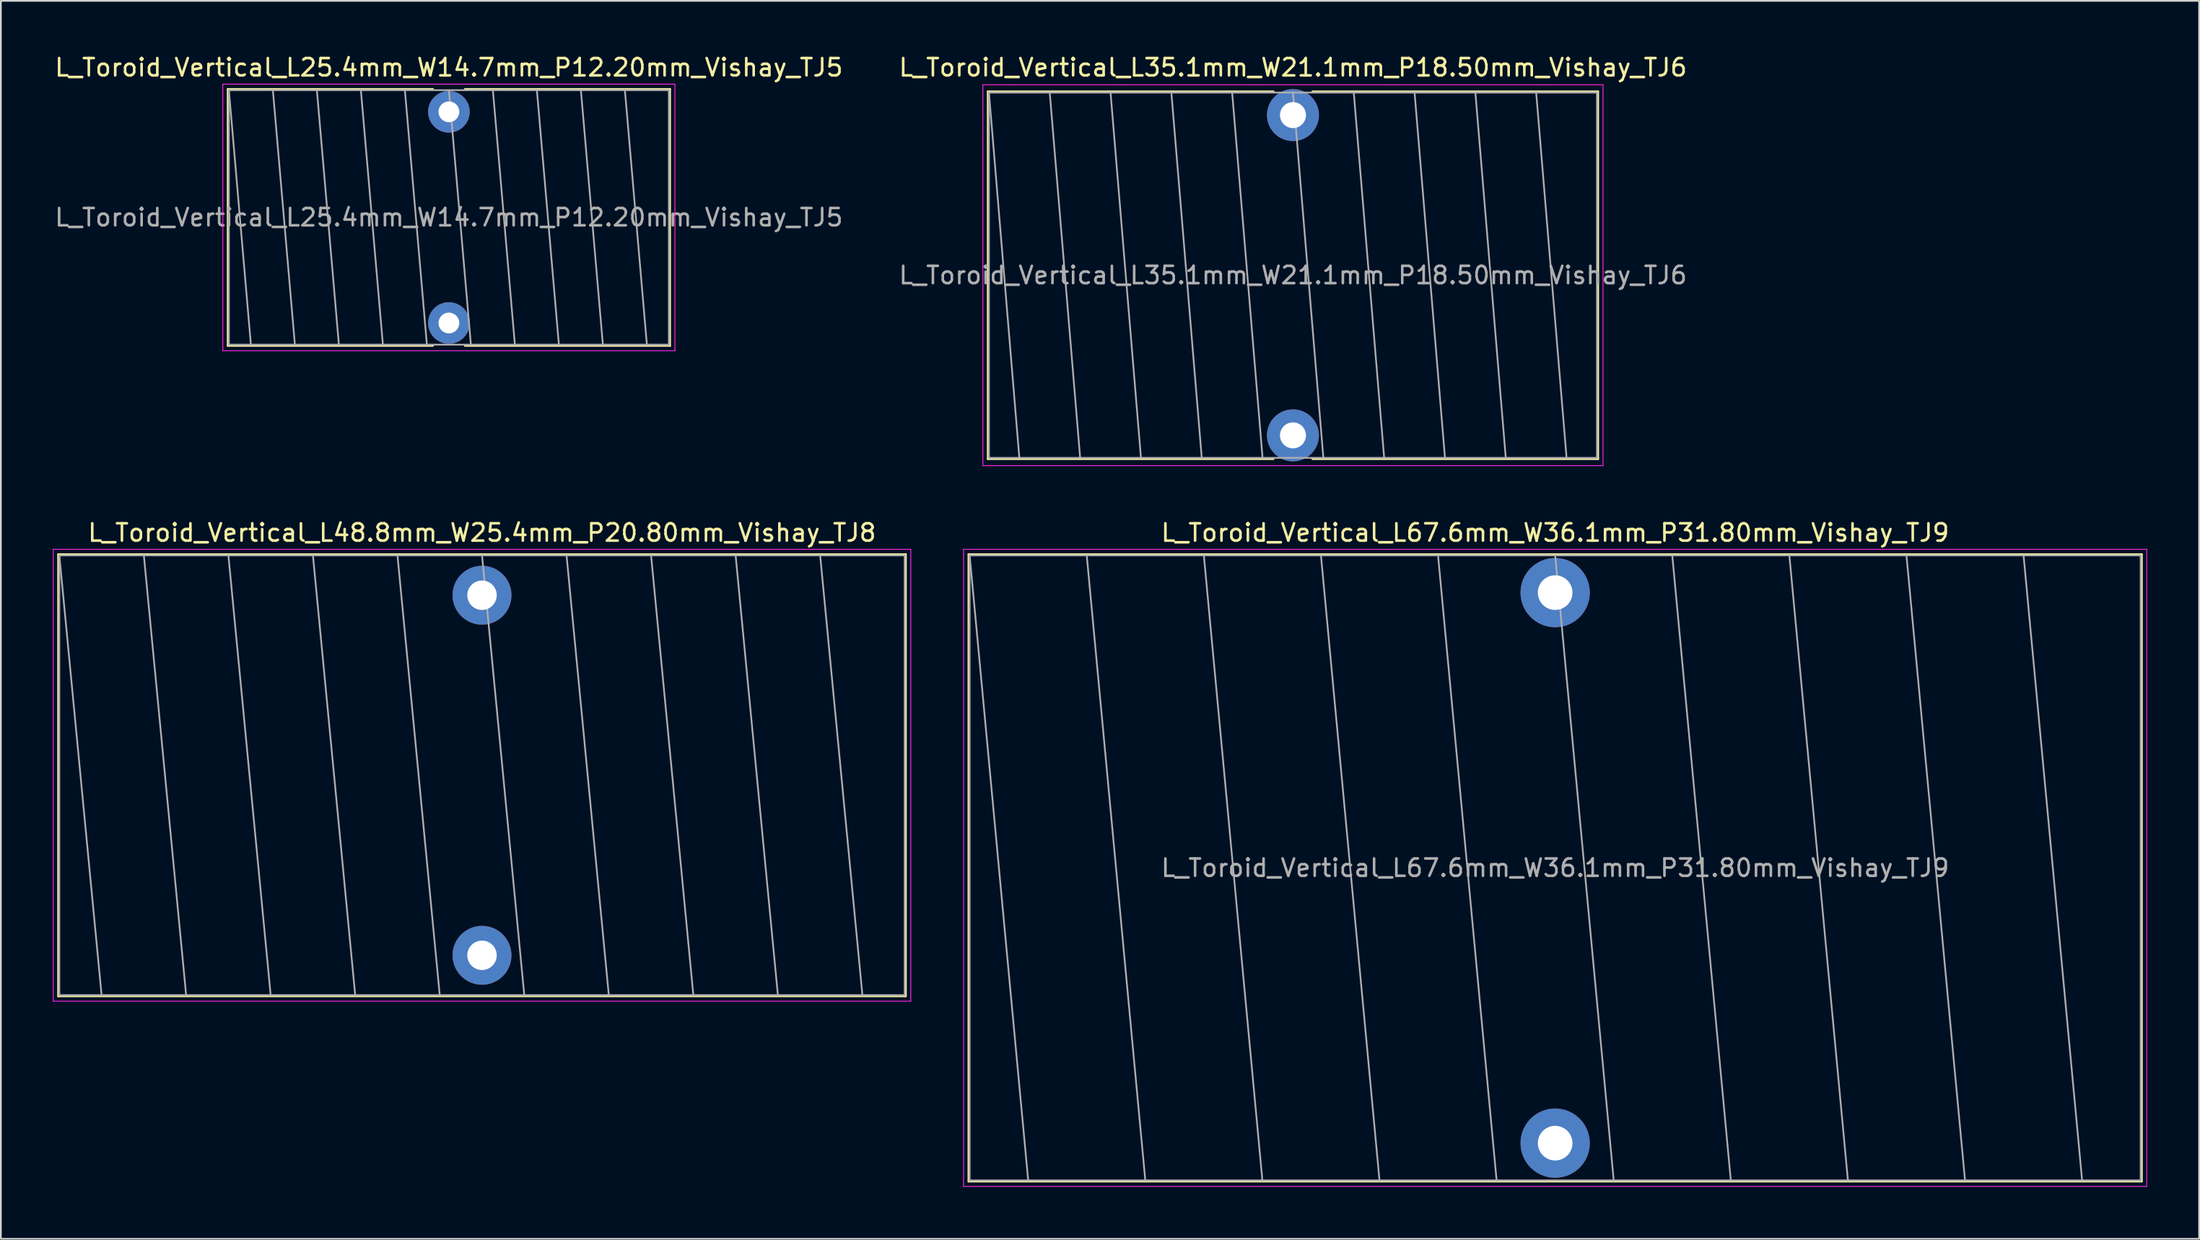
<source format=kicad_pcb>
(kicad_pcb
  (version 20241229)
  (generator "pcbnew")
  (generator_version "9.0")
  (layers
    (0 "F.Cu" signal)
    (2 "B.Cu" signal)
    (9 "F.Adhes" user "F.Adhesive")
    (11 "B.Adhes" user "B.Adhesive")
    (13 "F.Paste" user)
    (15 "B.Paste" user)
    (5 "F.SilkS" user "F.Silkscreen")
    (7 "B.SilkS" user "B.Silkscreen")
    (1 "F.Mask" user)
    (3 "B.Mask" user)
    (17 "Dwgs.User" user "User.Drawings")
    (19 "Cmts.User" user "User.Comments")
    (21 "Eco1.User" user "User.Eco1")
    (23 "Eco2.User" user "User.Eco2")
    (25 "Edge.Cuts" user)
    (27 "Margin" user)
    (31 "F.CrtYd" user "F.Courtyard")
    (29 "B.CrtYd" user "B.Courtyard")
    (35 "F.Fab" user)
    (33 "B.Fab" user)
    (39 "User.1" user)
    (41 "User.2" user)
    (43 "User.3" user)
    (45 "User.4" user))
  (footprint "L_Toroid_Vertical_L35.1mm_W21.1mm_P18.50mm_Vishay_TJ6"
    (layer "F.Cu")
    (at 71.589 3.598)
    (property "Reference" "L_Toroid_Vertical_L35.1mm_W21.1mm_P18.50mm_Vishay_TJ6" (at 0 -2.75 0) (layer "F.SilkS") (effects (font (size 1 1) (thickness 0.15))))
    (attr through_hole)
    (fp_line (start -17.61 -1.361) (end -17.61 19.861) (stroke (width 0.12) (type solid)) (layer "F.SilkS"))
    (fp_line (start -17.61 -1.361) (end -1.127 -1.361) (stroke (width 0.12) (type solid)) (layer "F.SilkS"))
    (fp_line (start -17.61 19.861) (end -1.127 19.861) (stroke (width 0.12) (type solid)) (layer "F.SilkS"))
    (fp_line (start 1.127 -1.361) (end 17.61 -1.361) (stroke (width 0.12) (type solid)) (layer "F.SilkS"))
    (fp_line (start 1.127 19.861) (end 17.61 19.861) (stroke (width 0.12) (type solid)) (layer "F.SilkS"))
    (fp_line (start 17.61 -1.361) (end 17.61 19.861) (stroke (width 0.12) (type solid)) (layer "F.SilkS"))
    (fp_line (start -17.9 -1.75) (end -17.9 20.25) (stroke (width 0.05) (type solid)) (layer "F.CrtYd"))
    (fp_line (start -17.9 20.25) (end 17.9 20.25) (stroke (width 0.05) (type solid)) (layer "F.CrtYd"))
    (fp_line (start 17.9 -1.75) (end -17.9 -1.75) (stroke (width 0.05) (type solid)) (layer "F.CrtYd"))
    (fp_line (start 17.9 20.25) (end 17.9 -1.75) (stroke (width 0.05) (type solid)) (layer "F.CrtYd"))
    (fp_line (start -17.55 -1.3) (end -17.55 19.8) (stroke (width 0.1) (type solid)) (layer "F.Fab"))
    (fp_line (start -17.55 -1.3) (end -15.795 19.8) (stroke (width 0.1) (type solid)) (layer "F.Fab"))
    (fp_line (start -17.55 19.8) (end 17.55 19.8) (stroke (width 0.1) (type solid)) (layer "F.Fab"))
    (fp_line (start -14.04 -1.3) (end -12.285 19.8) (stroke (width 0.1) (type solid)) (layer "F.Fab"))
    (fp_line (start -10.53 -1.3) (end -8.775 19.8) (stroke (width 0.1) (type solid)) (layer "F.Fab"))
    (fp_line (start -7.02 -1.3) (end -5.265 19.8) (stroke (width 0.1) (type solid)) (layer "F.Fab"))
    (fp_line (start -3.51 -1.3) (end -1.755 19.8) (stroke (width 0.1) (type solid)) (layer "F.Fab"))
    (fp_line (start 0 -1.3) (end 1.755 19.8) (stroke (width 0.1) (type solid)) (layer "F.Fab"))
    (fp_line (start 3.51 -1.3) (end 5.265 19.8) (stroke (width 0.1) (type solid)) (layer "F.Fab"))
    (fp_line (start 7.02 -1.3) (end 8.775 19.8) (stroke (width 0.1) (type solid)) (layer "F.Fab"))
    (fp_line (start 10.53 -1.3) (end 12.285 19.8) (stroke (width 0.1) (type solid)) (layer "F.Fab"))
    (fp_line (start 14.04 -1.3) (end 15.795 19.8) (stroke (width 0.1) (type solid)) (layer "F.Fab"))
    (fp_line (start 17.55 -1.3) (end -17.55 -1.3) (stroke (width 0.1) (type solid)) (layer "F.Fab"))
    (fp_line (start 17.55 19.8) (end 17.55 -1.3) (stroke (width 0.1) (type solid)) (layer "F.Fab"))
    (fp_text user "${REFERENCE}" (at 0 9.25 0) (layer "F.Fab") (effects (font (size 1 1) (thickness 0.15))))
    (pad "1" thru_hole circle (at 0 0) (size 3 3) (drill 1.5) (layers "*.Cu" "*.Mask"))
    (pad "2" thru_hole circle (at 0 18.5) (size 3 3) (drill 1.5) (layers "*.Cu" "*.Mask")))
  (footprint "L_Toroid_Vertical_L25.4mm_W14.7mm_P12.20mm_Vishay_TJ5"
    (layer "F.Cu")
    (at 22.863 3.408)
    (property "Reference" "L_Toroid_Vertical_L25.4mm_W14.7mm_P12.20mm_Vishay_TJ5" (at 0 -2.56 0) (layer "F.SilkS") (effects (font (size 1 1) (thickness 0.15))))
    (attr through_hole)
    (fp_line (start -12.76 -1.31) (end -12.76 13.51) (stroke (width 0.12) (type solid)) (layer "F.SilkS"))
    (fp_line (start -12.76 -1.31) (end -0.928 -1.31) (stroke (width 0.12) (type solid)) (layer "F.SilkS"))
    (fp_line (start -12.76 13.51) (end -0.928 13.51) (stroke (width 0.12) (type solid)) (layer "F.SilkS"))
    (fp_line (start 0.928 -1.31) (end 12.76 -1.31) (stroke (width 0.12) (type solid)) (layer "F.SilkS"))
    (fp_line (start 0.928 13.51) (end 12.76 13.51) (stroke (width 0.12) (type solid)) (layer "F.SilkS"))
    (fp_line (start 12.76 -1.31) (end 12.76 13.51) (stroke (width 0.12) (type solid)) (layer "F.SilkS"))
    (fp_line (start -13.05 -1.6) (end -13.05 13.8) (stroke (width 0.05) (type solid)) (layer "F.CrtYd"))
    (fp_line (start -13.05 13.8) (end 13.05 13.8) (stroke (width 0.05) (type solid)) (layer "F.CrtYd"))
    (fp_line (start 13.05 -1.6) (end -13.05 -1.6) (stroke (width 0.05) (type solid)) (layer "F.CrtYd"))
    (fp_line (start 13.05 13.8) (end 13.05 -1.6) (stroke (width 0.05) (type solid)) (layer "F.CrtYd"))
    (fp_line (start -12.7 -1.25) (end -12.7 13.45) (stroke (width 0.1) (type solid)) (layer "F.Fab"))
    (fp_line (start -12.7 -1.25) (end -11.43 13.45) (stroke (width 0.1) (type solid)) (layer "F.Fab"))
    (fp_line (start -12.7 13.45) (end 12.7 13.45) (stroke (width 0.1) (type solid)) (layer "F.Fab"))
    (fp_line (start -10.16 -1.25) (end -8.89 13.45) (stroke (width 0.1) (type solid)) (layer "F.Fab"))
    (fp_line (start -7.62 -1.25) (end -6.35 13.45) (stroke (width 0.1) (type solid)) (layer "F.Fab"))
    (fp_line (start -5.08 -1.25) (end -3.81 13.45) (stroke (width 0.1) (type solid)) (layer "F.Fab"))
    (fp_line (start -2.54 -1.25) (end -1.27 13.45) (stroke (width 0.1) (type solid)) (layer "F.Fab"))
    (fp_line (start 0 -1.25) (end 1.27 13.45) (stroke (width 0.1) (type solid)) (layer "F.Fab"))
    (fp_line (start 2.54 -1.25) (end 3.81 13.45) (stroke (width 0.1) (type solid)) (layer "F.Fab"))
    (fp_line (start 5.08 -1.25) (end 6.35 13.45) (stroke (width 0.1) (type solid)) (layer "F.Fab"))
    (fp_line (start 7.62 -1.25) (end 8.89 13.45) (stroke (width 0.1) (type solid)) (layer "F.Fab"))
    (fp_line (start 10.16 -1.25) (end 11.43 13.45) (stroke (width 0.1) (type solid)) (layer "F.Fab"))
    (fp_line (start 12.7 -1.25) (end -12.7 -1.25) (stroke (width 0.1) (type solid)) (layer "F.Fab"))
    (fp_line (start 12.7 13.45) (end 12.7 -1.25) (stroke (width 0.1) (type solid)) (layer "F.Fab"))
    (fp_text user "${REFERENCE}" (at 0 6.1 0) (layer "F.Fab") (effects (font (size 1 1) (thickness 0.15))))
    (pad "1" thru_hole circle (at 0 0) (size 2.4 2.4) (drill 1.2) (layers "*.Cu" "*.Mask"))
    (pad "2" thru_hole circle (at 0 12.2) (size 2.4 2.4) (drill 1.2) (layers "*.Cu" "*.Mask")))
  (footprint "L_Toroid_Vertical_L48.8mm_W25.4mm_P20.80mm_Vishay_TJ8"
    (layer "F.Cu")
    (at 24.775 31.331)
    (property "Reference" "L_Toroid_Vertical_L48.8mm_W25.4mm_P20.80mm_Vishay_TJ8" (at 0 -3.61 0) (layer "F.SilkS") (effects (font (size 1 1) (thickness 0.15))))
    (attr through_hole)
    (fp_line (start -24.46 -2.36) (end -24.46 23.16) (stroke (width 0.12) (type solid)) (layer "F.SilkS"))
    (fp_line (start -24.46 -2.36) (end 24.46 -2.36) (stroke (width 0.12) (type solid)) (layer "F.SilkS"))
    (fp_line (start -24.46 23.16) (end 24.46 23.16) (stroke (width 0.12) (type solid)) (layer "F.SilkS"))
    (fp_line (start 24.46 -2.36) (end 24.46 23.16) (stroke (width 0.12) (type solid)) (layer "F.SilkS"))
    (fp_line (start -24.75 -2.65) (end -24.75 23.45) (stroke (width 0.05) (type solid)) (layer "F.CrtYd"))
    (fp_line (start -24.75 23.45) (end 24.75 23.45) (stroke (width 0.05) (type solid)) (layer "F.CrtYd"))
    (fp_line (start 24.75 -2.65) (end -24.75 -2.65) (stroke (width 0.05) (type solid)) (layer "F.CrtYd"))
    (fp_line (start 24.75 23.45) (end 24.75 -2.65) (stroke (width 0.05) (type solid)) (layer "F.CrtYd"))
    (fp_line (start -24.4 -2.3) (end -24.4 23.1) (stroke (width 0.1) (type solid)) (layer "F.Fab"))
    (fp_line (start -24.4 -2.3) (end -21.96 23.1) (stroke (width 0.1) (type solid)) (layer "F.Fab"))
    (fp_line (start -24.4 23.1) (end 24.4 23.1) (stroke (width 0.1) (type solid)) (layer "F.Fab"))
    (fp_line (start -19.52 -2.3) (end -17.08 23.1) (stroke (width 0.1) (type solid)) (layer "F.Fab"))
    (fp_line (start -14.64 -2.3) (end -12.2 23.1) (stroke (width 0.1) (type solid)) (layer "F.Fab"))
    (fp_line (start -9.76 -2.3) (end -7.32 23.1) (stroke (width 0.1) (type solid)) (layer "F.Fab"))
    (fp_line (start -4.88 -2.3) (end -2.44 23.1) (stroke (width 0.1) (type solid)) (layer "F.Fab"))
    (fp_line (start 0 -2.3) (end 2.44 23.1) (stroke (width 0.1) (type solid)) (layer "F.Fab"))
    (fp_line (start 4.88 -2.3) (end 7.32 23.1) (stroke (width 0.1) (type solid)) (layer "F.Fab"))
    (fp_line (start 9.76 -2.3) (end 12.2 23.1) (stroke (width 0.1) (type solid)) (layer "F.Fab"))
    (fp_line (start 14.64 -2.3) (end 17.08 23.1) (stroke (width 0.1) (type solid)) (layer "F.Fab"))
    (fp_line (start 19.52 -2.3) (end 21.96 23.1) (stroke (width 0.1) (type solid)) (layer "F.Fab"))
    (fp_line (start 24.4 -2.3) (end -24.4 -2.3) (stroke (width 0.1) (type solid)) (layer "F.Fab"))
    (fp_line (start 24.4 23.1) (end 24.4 -2.3) (stroke (width 0.1) (type solid)) (layer "F.Fab"))
    (pad "1" thru_hole circle (at 0 0) (size 3.4 3.4) (drill 1.7) (layers "*.Cu" "*.Mask"))
    (pad "2" thru_hole circle (at 0 20.8) (size 3.4 3.4) (drill 1.7) (layers "*.Cu" "*.Mask")))
  (footprint "L_Toroid_Vertical_L67.6mm_W36.1mm_P31.80mm_Vishay_TJ9"
    (layer "F.Cu")
    (at 86.725 31.181)
    (property "Reference" "L_Toroid_Vertical_L67.6mm_W36.1mm_P31.80mm_Vishay_TJ9" (at 0 -3.46 0) (layer "F.SilkS") (effects (font (size 1 1) (thickness 0.15))))
    (attr through_hole)
    (fp_line (start -33.86 -2.21) (end -33.86 34.01) (stroke (width 0.12) (type solid)) (layer "F.SilkS"))
    (fp_line (start -33.86 -2.21) (end 33.86 -2.21) (stroke (width 0.12) (type solid)) (layer "F.SilkS"))
    (fp_line (start -33.86 34.01) (end 33.86 34.01) (stroke (width 0.12) (type solid)) (layer "F.SilkS"))
    (fp_line (start 33.86 -2.21) (end 33.86 34.01) (stroke (width 0.12) (type solid)) (layer "F.SilkS"))
    (fp_line (start -34.15 -2.5) (end -34.15 34.3) (stroke (width 0.05) (type solid)) (layer "F.CrtYd"))
    (fp_line (start -34.15 34.3) (end 34.15 34.3) (stroke (width 0.05) (type solid)) (layer "F.CrtYd"))
    (fp_line (start 34.15 -2.5) (end -34.15 -2.5) (stroke (width 0.05) (type solid)) (layer "F.CrtYd"))
    (fp_line (start 34.15 34.3) (end 34.15 -2.5) (stroke (width 0.05) (type solid)) (layer "F.CrtYd"))
    (fp_line (start -33.8 -2.15) (end -33.8 33.95) (stroke (width 0.1) (type solid)) (layer "F.Fab"))
    (fp_line (start -33.8 -2.15) (end -30.42 33.95) (stroke (width 0.1) (type solid)) (layer "F.Fab"))
    (fp_line (start -33.8 33.95) (end 33.8 33.95) (stroke (width 0.1) (type solid)) (layer "F.Fab"))
    (fp_line (start -27.04 -2.15) (end -23.66 33.95) (stroke (width 0.1) (type solid)) (layer "F.Fab"))
    (fp_line (start -20.28 -2.15) (end -16.9 33.95) (stroke (width 0.1) (type solid)) (layer "F.Fab"))
    (fp_line (start -13.52 -2.15) (end -10.14 33.95) (stroke (width 0.1) (type solid)) (layer "F.Fab"))
    (fp_line (start -6.76 -2.15) (end -3.38 33.95) (stroke (width 0.1) (type solid)) (layer "F.Fab"))
    (fp_line (start 0 -2.15) (end 3.38 33.95) (stroke (width 0.1) (type solid)) (layer "F.Fab"))
    (fp_line (start 6.76 -2.15) (end 10.14 33.95) (stroke (width 0.1) (type solid)) (layer "F.Fab"))
    (fp_line (start 13.52 -2.15) (end 16.9 33.95) (stroke (width 0.1) (type solid)) (layer "F.Fab"))
    (fp_line (start 20.28 -2.15) (end 23.66 33.95) (stroke (width 0.1) (type solid)) (layer "F.Fab"))
    (fp_line (start 27.04 -2.15) (end 30.42 33.95) (stroke (width 0.1) (type solid)) (layer "F.Fab"))
    (fp_line (start 33.8 -2.15) (end -33.8 -2.15) (stroke (width 0.1) (type solid)) (layer "F.Fab"))
    (fp_line (start 33.8 33.95) (end 33.8 -2.15) (stroke (width 0.1) (type solid)) (layer "F.Fab"))
    (fp_text user "${REFERENCE}" (at 0 15.9 0) (layer "F.Fab") (effects (font (size 1 1) (thickness 0.15))))
    (pad "1" thru_hole circle (at 0 0) (size 4 4) (drill 2) (layers "*.Cu" "*.Mask"))
    (pad "2" thru_hole circle (at 0 31.8) (size 4 4) (drill 2) (layers "*.Cu" "*.Mask")))
  (gr_rect
    (start -3 -3)
    (end 123.9 68.507)
    (stroke (width 0.1) (type default))
    (fill no)
    (layer "Edge.Cuts")))
</source>
